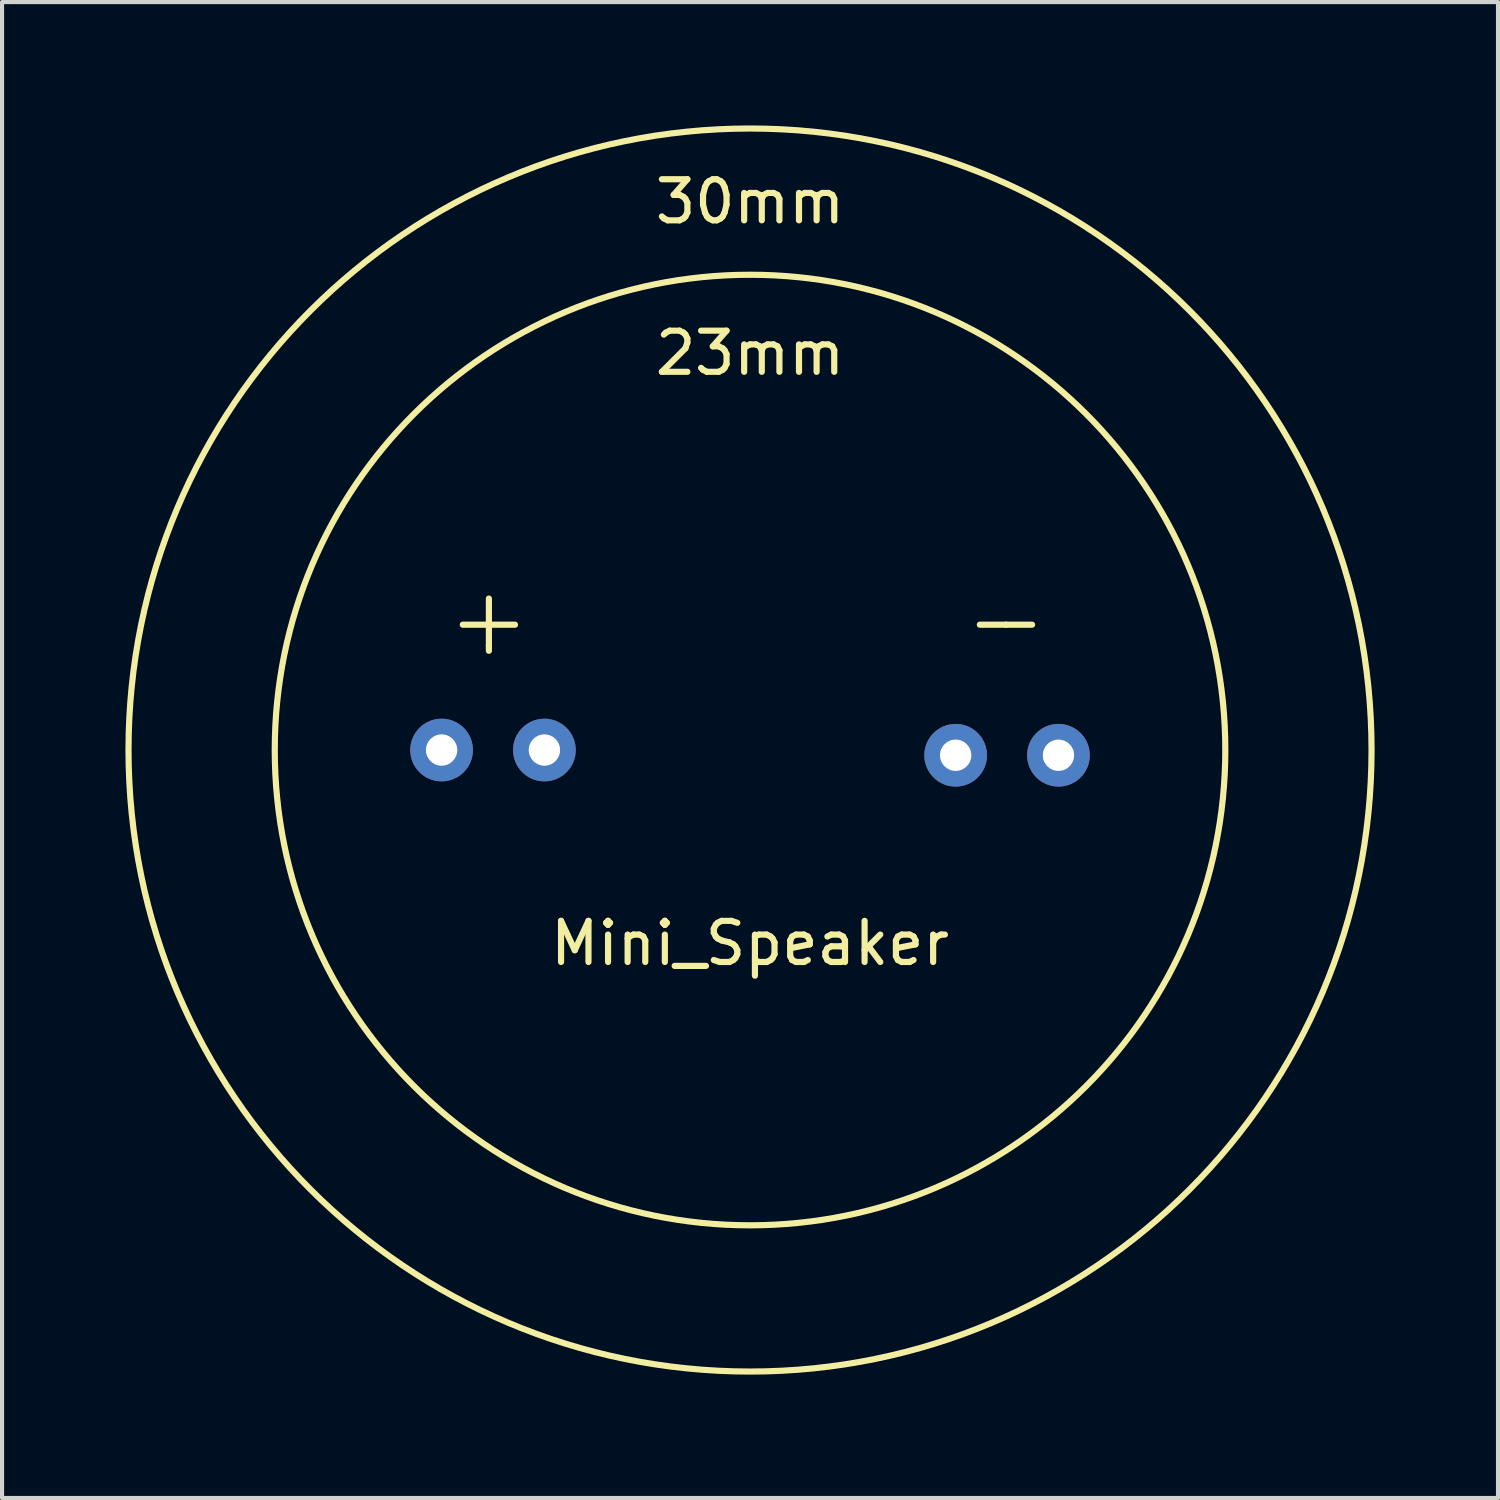
<source format=kicad_pcb>
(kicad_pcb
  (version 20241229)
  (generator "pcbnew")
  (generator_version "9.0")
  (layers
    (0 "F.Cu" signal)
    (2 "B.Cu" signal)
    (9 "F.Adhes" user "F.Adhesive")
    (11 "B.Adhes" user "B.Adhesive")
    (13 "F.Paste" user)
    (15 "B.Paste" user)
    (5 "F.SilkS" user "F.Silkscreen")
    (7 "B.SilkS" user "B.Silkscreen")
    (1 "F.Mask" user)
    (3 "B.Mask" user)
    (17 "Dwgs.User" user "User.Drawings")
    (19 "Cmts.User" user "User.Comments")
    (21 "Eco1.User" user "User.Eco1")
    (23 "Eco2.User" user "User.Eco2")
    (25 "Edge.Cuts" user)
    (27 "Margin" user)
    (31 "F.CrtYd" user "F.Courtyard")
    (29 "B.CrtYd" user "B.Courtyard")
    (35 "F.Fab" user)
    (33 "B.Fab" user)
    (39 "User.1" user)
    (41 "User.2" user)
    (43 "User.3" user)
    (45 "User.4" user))
  (footprint "Mini_Speaker"
    (layer "F.Cu")
    (at 15.188 15.188)
    (property "Reference" "Mini_Speaker" (at 0 4.699 0) (layer "F.SilkS") (effects (font (size 1 1) (thickness 0.15))))
    (attr through_hole)
    (fp_line (start -6.35 -3.683) (end -6.35 -2.54) (stroke (width 0.15) (type solid)) (layer "F.SilkS"))
    (fp_line (start -6.35 -3.048) (end -6.985 -3.048) (stroke (width 0.15) (type solid)) (layer "F.SilkS"))
    (fp_line (start -6.35 -3.048) (end -5.715 -3.048) (stroke (width 0.15) (type solid)) (layer "F.SilkS"))
    (fp_line (start -6.35 -2.54) (end -6.35 -2.413) (stroke (width 0.15) (type solid)) (layer "F.SilkS"))
    (fp_line (start 6.223 -3.048) (end 5.588 -3.048) (stroke (width 0.15) (type solid)) (layer "F.SilkS"))
    (fp_line (start 6.223 -3.048) (end 6.858 -3.048) (stroke (width 0.15) (type solid)) (layer "F.SilkS"))
    (fp_circle (center 0 0) (end -15.113 0) (stroke (width 0.15) (type solid)) (fill no) (layer "F.SilkS"))
    (fp_circle (center 0 0) (end -11.557 0) (stroke (width 0.15) (type solid)) (fill no) (layer "F.SilkS"))
    (fp_text user "23mm" (at 0 -9.652 0) (layer "F.SilkS") (effects (font (size 1 1) (thickness 0.15))))
    (fp_text user "30mm" (at 0 -13.335 0) (layer "F.SilkS") (effects (font (size 1 1) (thickness 0.15))))
    (pad "1" thru_hole circle (at -7.5 0) (size 1.524 1.524) (drill 0.762) (layers "*.Cu" "*.Mask"))
    (pad "1" thru_hole circle (at -5 0) (size 1.524 1.524) (drill 0.762) (layers "*.Cu" "*.Mask"))
    (pad "2" thru_hole circle (at 5 0.127) (size 1.524 1.524) (drill 0.762) (layers "*.Cu" "*.Mask"))
    (pad "2" thru_hole circle (at 7.5 0.127) (size 1.524 1.524) (drill 0.762) (layers "*.Cu" "*.Mask")))
  (gr_rect
    (start -3 -3)
    (end 33.376 33.376)
    (stroke (width 0.1) (type default))
    (fill no)
    (layer "Edge.Cuts")))
</source>
